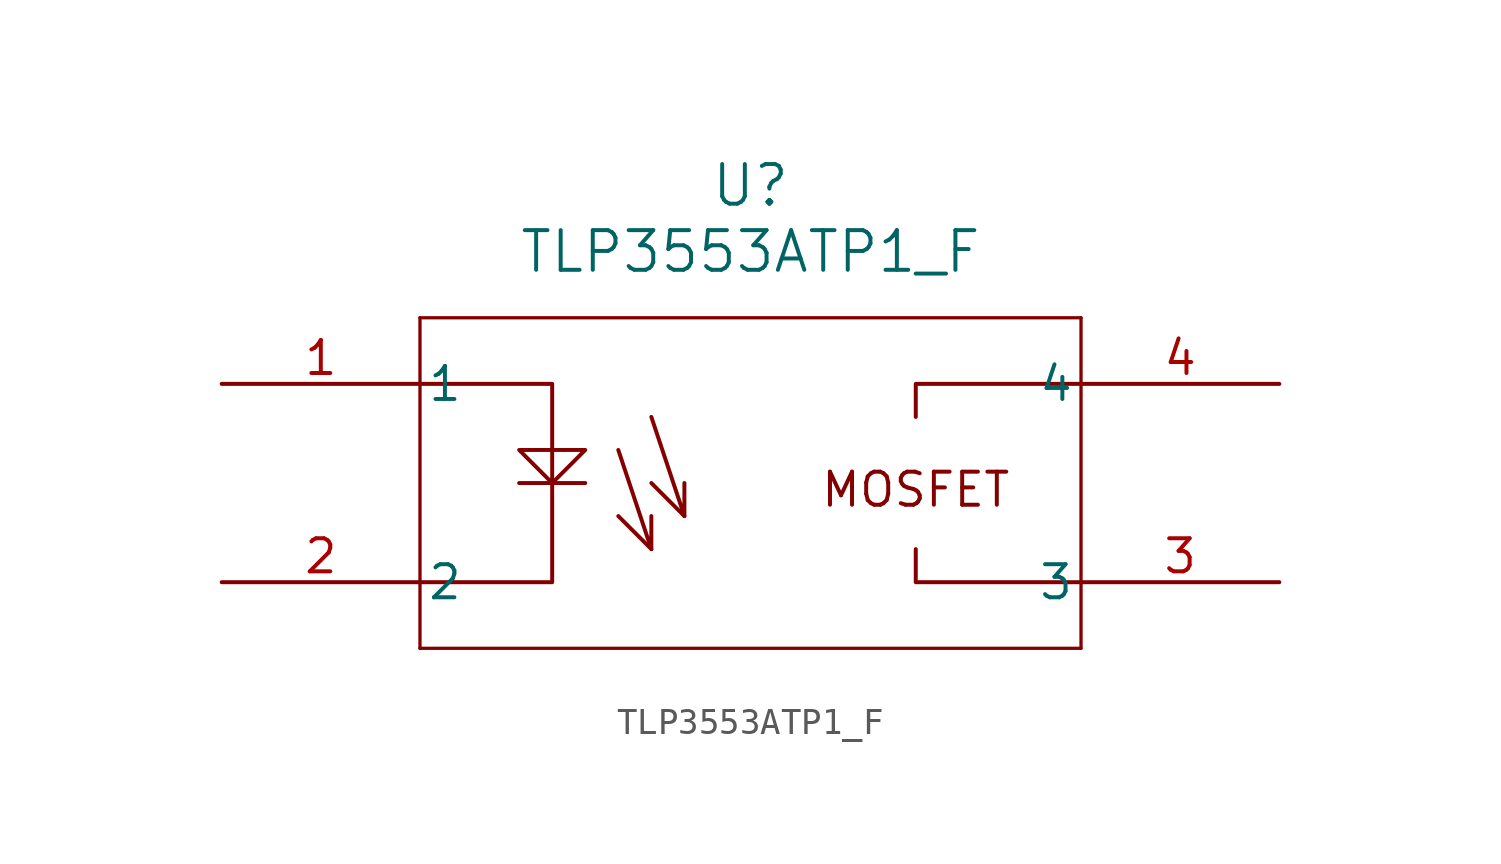
<source format=kicad_sym>
(kicad_symbol_lib
  (version 20231120)
  (generator "kicad_symbol_editor")
  (generator_version "8.0")
  (symbol "TLP3553ATP1_F"
    (pin_names
      (offset 0.254))
    (property "Reference" "U"
      (at 20.32 10.16 0)
      (effects (font (size 1.524 1.524))))
    (property "Value" "TLP3553ATP1_F"
      (at 20.32 7.62 0)
      (effects (font (size 1.524 1.524))))
    (property "ki_locked" ""
      (at 0 0 0)
      (effects (font (size 1.27 1.27))))
    (symbol "TLP3553ATP1_F_0_1"
      (polyline (pts (xy 7.62 -7.62) (xy 33.02 -7.62)) (stroke (width 0.127) (type default)) (fill (type none)))
      (polyline (pts (xy 7.62 5.08) (xy 7.62 -7.62)) (stroke (width 0.127) (type default)) (fill (type none)))
      (polyline (pts (xy 33.02 -7.62) (xy 33.02 5.08)) (stroke (width 0.127) (type default)) (fill (type none)))
      (polyline (pts (xy 33.02 5.08) (xy 7.62 5.08)) (stroke (width 0.127) (type default)) (fill (type none)))
      (pin unspecified line (at 0 2.54 0) (length 7.62) (name "1" (effects (font (size 1.27 1.27)))) (number "1" (effects (font (size 1.27 1.27)))))
      (pin unspecified line (at 0 -5.08 0) (length 7.62) (name "2" (effects (font (size 1.27 1.27)))) (number "2" (effects (font (size 1.27 1.27)))))
      (pin unspecified line (at 40.64 -5.08 180) (length 7.62) (name "3" (effects (font (size 1.27 1.27)))) (number "3" (effects (font (size 1.27 1.27)))))
      (pin unspecified line (at 40.64 2.54 180) (length 7.62) (name "4" (effects (font (size 1.27 1.27)))) (number "4" (effects (font (size 1.27 1.27))))))
    (symbol "TLP3553ATP1_F_1_1"
      (polyline (pts (xy 11.43 -1.27) (xy 13.97 -1.27)) (stroke (width 0) (type default)) (fill (type none)))
      (polyline (pts (xy 16.51 -3.81) (xy 15.24 -2.54)) (stroke (width 0) (type default)) (fill (type none)))
      (polyline (pts (xy 17.78 -2.54) (xy 16.51 -1.27)) (stroke (width 0) (type default)) (fill (type none)))
      (polyline (pts (xy 15.24 0) (xy 16.51 -3.81) (xy 16.51 -2.54)) (stroke (width 0) (type default)) (fill (type none)))
      (polyline (pts (xy 16.51 1.27) (xy 17.78 -2.54) (xy 17.78 -1.27)) (stroke (width 0) (type default)) (fill (type none)))
      (polyline (pts (xy 33.02 -5.08) (xy 26.67 -5.08) (xy 26.67 -3.81)) (stroke (width 0) (type default)) (fill (type none)))
      (polyline (pts (xy 33.02 2.54) (xy 26.67 2.54) (xy 26.67 1.27)) (stroke (width 0) (type default)) (fill (type none)))
      (polyline (pts (xy 7.62 2.54) (xy 12.7 2.54) (xy 12.7 -5.08) (xy 7.62 -5.08)) (stroke (width 0) (type default)) (fill (type none)))
      (polyline (pts (xy 11.43 0) (xy 13.97 0) (xy 12.7 -1.27) (xy 11.43 0)) (stroke (width 0) (type default)) (fill (type none)))
      (text "MOSFET" (at 26.67 -1.524 0) (effects (font (size 1.27 1.27)))))))
</source>
